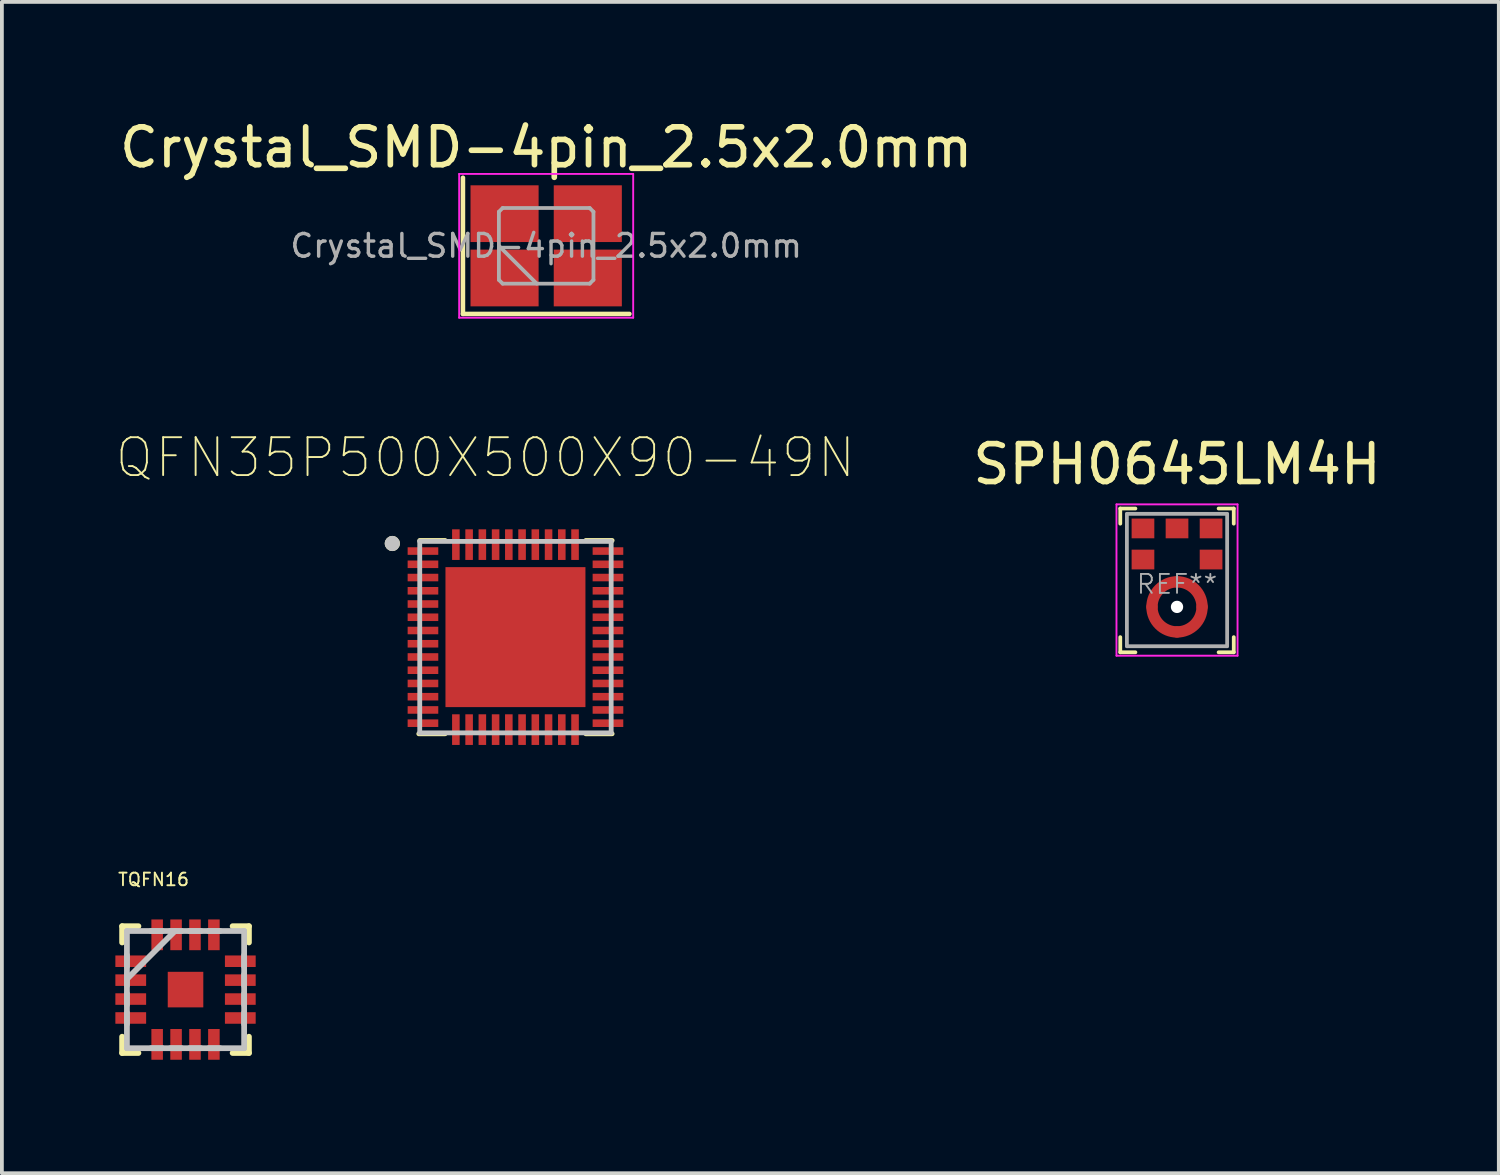
<source format=kicad_pcb>
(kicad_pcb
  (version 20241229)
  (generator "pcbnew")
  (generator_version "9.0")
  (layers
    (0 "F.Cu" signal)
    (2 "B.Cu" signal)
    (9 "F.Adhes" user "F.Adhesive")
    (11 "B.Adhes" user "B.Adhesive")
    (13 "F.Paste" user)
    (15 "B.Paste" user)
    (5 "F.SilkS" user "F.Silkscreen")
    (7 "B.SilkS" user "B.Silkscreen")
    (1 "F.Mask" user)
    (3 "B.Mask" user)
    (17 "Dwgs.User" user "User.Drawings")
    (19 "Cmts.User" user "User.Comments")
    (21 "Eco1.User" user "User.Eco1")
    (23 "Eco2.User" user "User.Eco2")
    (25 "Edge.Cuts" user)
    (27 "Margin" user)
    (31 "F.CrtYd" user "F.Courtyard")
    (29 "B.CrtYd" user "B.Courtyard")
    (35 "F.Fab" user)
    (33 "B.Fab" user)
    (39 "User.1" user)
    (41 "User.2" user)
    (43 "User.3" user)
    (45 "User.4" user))
  (footprint "SPH0645LM4H"
    (layer "F.Cu")
    (at 28.062 12.992)
    (property "Reference" "SPH0645LM4H" (at 0 -3.77 0) (layer "F.SilkS") (effects (font (size 1 1) (thickness 0.15))))
    (attr through_hole)
    (fp_circle (center 0 0) (end 0.662 0) (stroke (width 0.3) (type solid)) (fill no) (layer "F.Cu"))
    (fp_line (start -1.5 -2.6) (end -1.5 -2.2) (stroke (width 0.1) (type solid)) (layer "F.SilkS"))
    (fp_line (start -1.5 0.8) (end -1.5 1.2) (stroke (width 0.1) (type solid)) (layer "F.SilkS"))
    (fp_line (start -1.5 1.2) (end -1.1 1.2) (stroke (width 0.1) (type solid)) (layer "F.SilkS"))
    (fp_line (start -1.1 -2.6) (end -1.5 -2.6) (stroke (width 0.1) (type solid)) (layer "F.SilkS"))
    (fp_line (start 1.1 -2.6) (end 1.5 -2.6) (stroke (width 0.1) (type solid)) (layer "F.SilkS"))
    (fp_line (start 1.5 -2.6) (end 1.5 -2.2) (stroke (width 0.1) (type solid)) (layer "F.SilkS"))
    (fp_line (start 1.5 0.8) (end 1.5 1.2) (stroke (width 0.1) (type solid)) (layer "F.SilkS"))
    (fp_line (start 1.5 1.2) (end 1.1 1.2) (stroke (width 0.1) (type solid)) (layer "F.SilkS"))
    (fp_line (start -1.6 -2.71) (end -1.6 1.29) (stroke (width 0.05) (type solid)) (layer "F.CrtYd"))
    (fp_line (start -1.6 -2.71) (end 1.6 -2.71) (stroke (width 0.05) (type solid)) (layer "F.CrtYd"))
    (fp_line (start -1.6 1.29) (end 1.6 1.29) (stroke (width 0.05) (type solid)) (layer "F.CrtYd"))
    (fp_line (start 1.6 -2.71) (end 1.6 1.29) (stroke (width 0.05) (type solid)) (layer "F.CrtYd"))
    (fp_line (start -1.325 -2.46) (end -1.325 1.04) (stroke (width 0.1) (type solid)) (layer "F.Fab"))
    (fp_line (start -1.32 -2.46) (end 1.32 -2.46) (stroke (width 0.1) (type solid)) (layer "F.Fab"))
    (fp_line (start -1.32 1.04) (end 1.32 1.04) (stroke (width 0.1) (type solid)) (layer "F.Fab"))
    (fp_line (start 1.325 -2.46) (end 1.325 1.04) (stroke (width 0.1) (type solid)) (layer "F.Fab"))
    (fp_text user "REF**" (at 0 -0.6 0) (layer "F.Fab") (effects (font (size 0.5 0.5) (thickness 0.05))))
    (pad "" np_thru_hole circle (at 0 0) (size 0.325 0.325) (drill 0.325) (layers "*.Cu" "*.Mask"))
    (pad "1" smd rect (at -0.9 -2.074) (size 0.6 0.522) (layers "F.Cu" "F.Mask" "F.Paste"))
    (pad "2" smd rect (at -0.9 -1.252) (size 0.6 0.522) (layers "F.Cu" "F.Mask" "F.Paste"))
    (pad "3" smd circle (at -0.662 0) (size 0.3 0.3) (layers "F.Cu" "F.Mask" "F.Paste"))
    (pad "3" smd circle (at 0 -0.662) (size 0.3 0.3) (layers "F.Cu" "F.Mask" "F.Paste"))
    (pad "3" smd circle (at 0 0.662) (size 0.3 0.3) (layers "F.Cu" "F.Mask" "F.Paste"))
    (pad "3" smd circle (at 0.662 0) (size 0.3 0.3) (layers "F.Cu" "F.Mask" "F.Paste"))
    (pad "4" smd rect (at 0.9 -1.252) (size 0.6 0.522) (layers "F.Cu" "F.Mask" "F.Paste"))
    (pad "5" smd rect (at 0.9 -2.074) (size 0.6 0.522) (layers "F.Cu" "F.Mask" "F.Paste"))
    (pad "6" smd rect (at 0 -2.074) (size 0.6 0.522) (layers "F.Cu" "F.Mask" "F.Paste")))
  (footprint "QFN35P500X500X90-49N"
    (layer "F.Cu")
    (at 10.575 13.791)
    (property "Reference" "QFN35P500X500X90-49N" (at -0.796 -4.744 0) (layer "F.SilkS") (effects (font (size 1.002 1.002) (thickness 0.05))))
    (attr smd)
    (fp_line (start -2.555 2.555) (end -1.86 2.555) (stroke (width 0.127) (type solid)) (layer "F.SilkS"))
    (fp_line (start -2.53 -2.555) (end -1.86 -2.555) (stroke (width 0.127) (type solid)) (layer "F.SilkS"))
    (fp_line (start 2.555 -2.555) (end 1.86 -2.555) (stroke (width 0.127) (type solid)) (layer "F.SilkS"))
    (fp_line (start 2.555 2.555) (end 1.86 2.555) (stroke (width 0.127) (type solid)) (layer "F.SilkS"))
    (fp_circle (center -3.255 -2.475) (end -3.155 -2.475) (stroke (width 0.2) (type solid)) (fill no) (layer "F.SilkS"))
    (fp_poly (pts (xy -1.4 -1.395) (xy -0.225 -1.395) (xy -0.225 -0.226) (xy -1.4 -0.226)) (stroke (width 0) (type solid)) (fill yes) (layer "F.Paste"))
    (fp_poly (pts (xy -1.396 0.225) (xy -0.225 0.225) (xy -0.225 1.396) (xy -1.396 1.396)) (stroke (width 0) (type solid)) (fill yes) (layer "F.Paste"))
    (fp_poly (pts (xy 0.225 -1.395) (xy 1.395 -1.395) (xy 1.395 -0.225) (xy 0.225 -0.225)) (stroke (width 0) (type solid)) (fill yes) (layer "F.Paste"))
    (fp_poly (pts (xy 0.226 0.225) (xy 1.395 0.225) (xy 1.395 1.398) (xy 0.226 1.398)) (stroke (width 0) (type solid)) (fill yes) (layer "F.Paste"))
    (fp_line (start -2.53 2.53) (end -2.53 -2.53) (stroke (width 0.127) (type solid)) (layer "Dwgs.User"))
    (fp_line (start 2.53 -2.53) (end -2.53 -2.53) (stroke (width 0.127) (type solid)) (layer "Dwgs.User"))
    (fp_line (start 2.53 2.53) (end -2.53 2.53) (stroke (width 0.127) (type solid)) (layer "Dwgs.User"))
    (fp_line (start 2.53 2.53) (end 2.53 -2.53) (stroke (width 0.127) (type solid)) (layer "Dwgs.User"))
    (fp_circle (center -3.255 -2.475) (end -3.155 -2.475) (stroke (width 0.2) (type solid)) (fill no) (layer "Dwgs.User"))
    (fp_line (start -3.1 -3.1) (end 3.1 -3.1) (stroke (width 0.05) (type solid)) (layer "Eco1.User"))
    (fp_line (start -3.1 3.1) (end -3.1 -3.1) (stroke (width 0.05) (type solid)) (layer "Eco1.User"))
    (fp_line (start -3.1 3.1) (end 3.1 3.1) (stroke (width 0.05) (type solid)) (layer "Eco1.User"))
    (fp_line (start 3.1 3.1) (end 3.1 -3.1) (stroke (width 0.05) (type solid)) (layer "Eco1.User"))
    (pad "1" smd rect (at -2.445 -2.275) (size 0.81 0.2) (layers "F.Cu" "F.Mask" "F.Paste"))
    (pad "2" smd rect (at -2.445 -1.925) (size 0.81 0.2) (layers "F.Cu" "F.Mask" "F.Paste"))
    (pad "3" smd rect (at -2.445 -1.575) (size 0.81 0.2) (layers "F.Cu" "F.Mask" "F.Paste"))
    (pad "4" smd rect (at -2.445 -1.225) (size 0.81 0.2) (layers "F.Cu" "F.Mask" "F.Paste"))
    (pad "5" smd rect (at -2.445 -0.875) (size 0.81 0.2) (layers "F.Cu" "F.Mask" "F.Paste"))
    (pad "6" smd rect (at -2.445 -0.525) (size 0.81 0.2) (layers "F.Cu" "F.Mask" "F.Paste"))
    (pad "7" smd rect (at -2.445 -0.175) (size 0.81 0.2) (layers "F.Cu" "F.Mask" "F.Paste"))
    (pad "8" smd rect (at -2.445 0.175) (size 0.81 0.2) (layers "F.Cu" "F.Mask" "F.Paste"))
    (pad "9" smd rect (at -2.445 0.525) (size 0.81 0.2) (layers "F.Cu" "F.Mask" "F.Paste"))
    (pad "10" smd rect (at -2.445 0.875) (size 0.81 0.2) (layers "F.Cu" "F.Mask" "F.Paste"))
    (pad "11" smd rect (at -2.445 1.225) (size 0.81 0.2) (layers "F.Cu" "F.Mask" "F.Paste"))
    (pad "12" smd rect (at -2.445 1.575) (size 0.81 0.2) (layers "F.Cu" "F.Mask" "F.Paste"))
    (pad "13" smd rect (at -2.445 1.925) (size 0.81 0.2) (layers "F.Cu" "F.Mask" "F.Paste"))
    (pad "14" smd rect (at -2.445 2.275) (size 0.81 0.2) (layers "F.Cu" "F.Mask" "F.Paste"))
    (pad "15" smd rect (at -1.575 2.445 90) (size 0.81 0.2) (layers "F.Cu" "F.Mask" "F.Paste"))
    (pad "16" smd rect (at -1.225 2.445 90) (size 0.81 0.2) (layers "F.Cu" "F.Mask" "F.Paste"))
    (pad "17" smd rect (at -0.875 2.445 90) (size 0.81 0.2) (layers "F.Cu" "F.Mask" "F.Paste"))
    (pad "18" smd rect (at -0.525 2.445 90) (size 0.81 0.2) (layers "F.Cu" "F.Mask" "F.Paste"))
    (pad "19" smd rect (at -0.175 2.445 90) (size 0.81 0.2) (layers "F.Cu" "F.Mask" "F.Paste"))
    (pad "20" smd rect (at 0.175 2.445 90) (size 0.81 0.2) (layers "F.Cu" "F.Mask" "F.Paste"))
    (pad "21" smd rect (at 0.525 2.445 90) (size 0.81 0.2) (layers "F.Cu" "F.Mask" "F.Paste"))
    (pad "22" smd rect (at 0.875 2.445 90) (size 0.81 0.2) (layers "F.Cu" "F.Mask" "F.Paste"))
    (pad "23" smd rect (at 1.225 2.445 90) (size 0.81 0.2) (layers "F.Cu" "F.Mask" "F.Paste"))
    (pad "24" smd rect (at 1.575 2.445 90) (size 0.81 0.2) (layers "F.Cu" "F.Mask" "F.Paste"))
    (pad "25" smd rect (at 2.445 2.275) (size 0.81 0.2) (layers "F.Cu" "F.Mask" "F.Paste"))
    (pad "26" smd rect (at 2.445 1.925) (size 0.81 0.2) (layers "F.Cu" "F.Mask" "F.Paste"))
    (pad "27" smd rect (at 2.445 1.575) (size 0.81 0.2) (layers "F.Cu" "F.Mask" "F.Paste"))
    (pad "28" smd rect (at 2.445 1.225) (size 0.81 0.2) (layers "F.Cu" "F.Mask" "F.Paste"))
    (pad "29" smd rect (at 2.445 0.875) (size 0.81 0.2) (layers "F.Cu" "F.Mask" "F.Paste"))
    (pad "30" smd rect (at 2.445 0.525) (size 0.81 0.2) (layers "F.Cu" "F.Mask" "F.Paste"))
    (pad "31" smd rect (at 2.445 0.175) (size 0.81 0.2) (layers "F.Cu" "F.Mask" "F.Paste"))
    (pad "32" smd rect (at 2.445 -0.175) (size 0.81 0.2) (layers "F.Cu" "F.Mask" "F.Paste"))
    (pad "33" smd rect (at 2.445 -0.525) (size 0.81 0.2) (layers "F.Cu" "F.Mask" "F.Paste"))
    (pad "34" smd rect (at 2.445 -0.875) (size 0.81 0.2) (layers "F.Cu" "F.Mask" "F.Paste"))
    (pad "35" smd rect (at 2.445 -1.225) (size 0.81 0.2) (layers "F.Cu" "F.Mask" "F.Paste"))
    (pad "36" smd rect (at 2.445 -1.575) (size 0.81 0.2) (layers "F.Cu" "F.Mask" "F.Paste"))
    (pad "37" smd rect (at 2.445 -1.925) (size 0.81 0.2) (layers "F.Cu" "F.Mask" "F.Paste"))
    (pad "38" smd rect (at 2.445 -2.275) (size 0.81 0.2) (layers "F.Cu" "F.Mask" "F.Paste"))
    (pad "39" smd rect (at 1.575 -2.445 90) (size 0.81 0.2) (layers "F.Cu" "F.Mask" "F.Paste"))
    (pad "40" smd rect (at 1.225 -2.445 90) (size 0.81 0.2) (layers "F.Cu" "F.Mask" "F.Paste"))
    (pad "41" smd rect (at 0.875 -2.445 90) (size 0.81 0.2) (layers "F.Cu" "F.Mask" "F.Paste"))
    (pad "42" smd rect (at 0.525 -2.445 90) (size 0.81 0.2) (layers "F.Cu" "F.Mask" "F.Paste"))
    (pad "43" smd rect (at 0.175 -2.445 90) (size 0.81 0.2) (layers "F.Cu" "F.Mask" "F.Paste"))
    (pad "44" smd rect (at -0.175 -2.445 90) (size 0.81 0.2) (layers "F.Cu" "F.Mask" "F.Paste"))
    (pad "45" smd rect (at -0.525 -2.445 90) (size 0.81 0.2) (layers "F.Cu" "F.Mask" "F.Paste"))
    (pad "46" smd rect (at -0.875 -2.445 90) (size 0.81 0.2) (layers "F.Cu" "F.Mask" "F.Paste"))
    (pad "47" smd rect (at -1.225 -2.445 90) (size 0.81 0.2) (layers "F.Cu" "F.Mask" "F.Paste"))
    (pad "48" smd rect (at -1.575 -2.445 90) (size 0.81 0.2) (layers "F.Cu" "F.Mask" "F.Paste"))
    (pad "49" smd rect (at 0 0) (size 3.7 3.7) (layers "F.Cu" "F.Mask" "F.Paste")))
  (footprint "TQFN16"
    (layer "F.Cu")
    (at 1.854 23.108)
    (property "Reference" "TQFN16" (at -0.845 -2.91 0) (layer "F.SilkS") (effects (font (size 0.333 0.333) (thickness 0.05))))
    (attr smd)
    (fp_line (start -1.676 -1.676) (end -1.676 -1.245) (stroke (width 0.152) (type solid)) (layer "F.SilkS"))
    (fp_line (start -1.676 1.245) (end -1.676 1.676) (stroke (width 0.152) (type solid)) (layer "F.SilkS"))
    (fp_line (start -1.676 1.676) (end -1.245 1.676) (stroke (width 0.152) (type solid)) (layer "F.SilkS"))
    (fp_line (start -1.245 -1.676) (end -1.676 -1.676) (stroke (width 0.152) (type solid)) (layer "F.SilkS"))
    (fp_line (start 1.245 1.676) (end 1.676 1.676) (stroke (width 0.152) (type solid)) (layer "F.SilkS"))
    (fp_line (start 1.676 -1.676) (end 1.245 -1.676) (stroke (width 0.152) (type solid)) (layer "F.SilkS"))
    (fp_line (start 1.676 -1.245) (end 1.676 -1.676) (stroke (width 0.152) (type solid)) (layer "F.SilkS"))
    (fp_line (start 1.676 1.676) (end 1.676 1.245) (stroke (width 0.152) (type solid)) (layer "F.SilkS"))
    (fp_poly (pts (xy -0.47 -0.47) (xy -0.47 0.47) (xy 0.47 0.47) (xy 0.47 -0.47)) (stroke (width 0.025) (type solid)) (fill yes) (layer "F.Paste"))
    (fp_line (start -1.549 -1.549) (end -1.549 1.549) (stroke (width 0.152) (type solid)) (layer "Dwgs.User"))
    (fp_line (start -1.549 -0.914) (end -1.549 -0.61) (stroke (width 0.152) (type solid)) (layer "Dwgs.User"))
    (fp_line (start -1.549 -0.406) (end -1.549 -0.102) (stroke (width 0.152) (type solid)) (layer "Dwgs.User"))
    (fp_line (start -1.549 -0.279) (end -0.279 -1.549) (stroke (width 0.152) (type solid)) (layer "Dwgs.User"))
    (fp_line (start -1.549 0.102) (end -1.549 0.406) (stroke (width 0.152) (type solid)) (layer "Dwgs.User"))
    (fp_line (start -1.549 0.61) (end -1.549 0.914) (stroke (width 0.152) (type solid)) (layer "Dwgs.User"))
    (fp_line (start -1.549 1.549) (end 1.549 1.549) (stroke (width 0.152) (type solid)) (layer "Dwgs.User"))
    (fp_line (start -0.914 1.549) (end -0.61 1.549) (stroke (width 0.152) (type solid)) (layer "Dwgs.User"))
    (fp_line (start -0.61 -1.549) (end -0.914 -1.549) (stroke (width 0.152) (type solid)) (layer "Dwgs.User"))
    (fp_line (start -0.406 1.549) (end -0.102 1.549) (stroke (width 0.152) (type solid)) (layer "Dwgs.User"))
    (fp_line (start -0.102 -1.549) (end -0.406 -1.549) (stroke (width 0.152) (type solid)) (layer "Dwgs.User"))
    (fp_line (start 0.102 1.549) (end 0.406 1.549) (stroke (width 0.152) (type solid)) (layer "Dwgs.User"))
    (fp_line (start 0.406 -1.549) (end 0.102 -1.549) (stroke (width 0.152) (type solid)) (layer "Dwgs.User"))
    (fp_line (start 0.61 1.549) (end 0.914 1.549) (stroke (width 0.152) (type solid)) (layer "Dwgs.User"))
    (fp_line (start 0.914 -1.549) (end 0.61 -1.549) (stroke (width 0.152) (type solid)) (layer "Dwgs.User"))
    (fp_line (start 1.549 -1.549) (end -1.549 -1.549) (stroke (width 0.152) (type solid)) (layer "Dwgs.User"))
    (fp_line (start 1.549 -0.61) (end 1.549 -0.914) (stroke (width 0.152) (type solid)) (layer "Dwgs.User"))
    (fp_line (start 1.549 -0.102) (end 1.549 -0.406) (stroke (width 0.152) (type solid)) (layer "Dwgs.User"))
    (fp_line (start 1.549 0.406) (end 1.549 0.102) (stroke (width 0.152) (type solid)) (layer "Dwgs.User"))
    (fp_line (start 1.549 0.914) (end 1.549 0.61) (stroke (width 0.152) (type solid)) (layer "Dwgs.User"))
    (fp_line (start 1.549 1.549) (end 1.549 -1.549) (stroke (width 0.152) (type solid)) (layer "Dwgs.User"))
    (pad "1" smd rect (at -1.448 -0.75 270) (size 0.305 0.813) (layers "F.Cu" "F.Mask" "F.Paste"))
    (pad "2" smd rect (at -1.448 -0.25 270) (size 0.305 0.813) (layers "F.Cu" "F.Mask" "F.Paste"))
    (pad "3" smd rect (at -1.448 0.25 270) (size 0.305 0.813) (layers "F.Cu" "F.Mask" "F.Paste"))
    (pad "4" smd rect (at -1.448 0.75 270) (size 0.305 0.813) (layers "F.Cu" "F.Mask" "F.Paste"))
    (pad "5" smd rect (at -0.75 1.448 180) (size 0.305 0.813) (layers "F.Cu" "F.Mask" "F.Paste"))
    (pad "6" smd rect (at -0.25 1.448 180) (size 0.305 0.813) (layers "F.Cu" "F.Mask" "F.Paste"))
    (pad "7" smd rect (at 0.25 1.448 180) (size 0.305 0.813) (layers "F.Cu" "F.Mask" "F.Paste"))
    (pad "8" smd rect (at 0.75 1.448 180) (size 0.305 0.813) (layers "F.Cu" "F.Mask" "F.Paste"))
    (pad "9" smd rect (at 1.448 0.75 270) (size 0.305 0.813) (layers "F.Cu" "F.Mask" "F.Paste"))
    (pad "10" smd rect (at 1.448 0.25 270) (size 0.305 0.813) (layers "F.Cu" "F.Mask" "F.Paste"))
    (pad "11" smd rect (at 1.448 -0.25 270) (size 0.305 0.813) (layers "F.Cu" "F.Mask" "F.Paste"))
    (pad "12" smd rect (at 1.448 -0.75 270) (size 0.305 0.813) (layers "F.Cu" "F.Mask" "F.Paste"))
    (pad "13" smd rect (at 0.75 -1.448 180) (size 0.305 0.813) (layers "F.Cu" "F.Mask" "F.Paste"))
    (pad "14" smd rect (at 0.25 -1.448 180) (size 0.305 0.813) (layers "F.Cu" "F.Mask" "F.Paste"))
    (pad "15" smd rect (at -0.25 -1.448 180) (size 0.305 0.813) (layers "F.Cu" "F.Mask" "F.Paste"))
    (pad "16" smd rect (at -0.75 -1.448 180) (size 0.305 0.813) (layers "F.Cu" "F.Mask" "F.Paste"))
    (pad "17" smd rect (at 0 0) (size 0.94 0.94) (layers "F.Cu" "F.Mask" "F.Paste")))
  (footprint "Crystal_SMD-4pin_2.5x2.0mm"
    (layer "F.Cu")
    (at 11.387 3.448)
    (property "Reference" "Crystal_SMD-4pin_2.5x2.0mm" (at 0 -2.6 0) (layer "F.SilkS") (effects (font (size 1 1) (thickness 0.15))))
    (attr smd)
    (fp_line (start -2.2 -1.8) (end -2.2 1.8) (stroke (width 0.12) (type solid)) (layer "F.SilkS"))
    (fp_line (start -2.2 1.8) (end 2.2 1.8) (stroke (width 0.12) (type solid)) (layer "F.SilkS"))
    (fp_line (start -2.3 -1.9) (end -2.3 1.9) (stroke (width 0.05) (type solid)) (layer "F.CrtYd"))
    (fp_line (start -2.3 1.9) (end 2.3 1.9) (stroke (width 0.05) (type solid)) (layer "F.CrtYd"))
    (fp_line (start 2.3 -1.9) (end -2.3 -1.9) (stroke (width 0.05) (type solid)) (layer "F.CrtYd"))
    (fp_line (start 2.3 1.9) (end 2.3 -1.9) (stroke (width 0.05) (type solid)) (layer "F.CrtYd"))
    (fp_line (start -1.25 -0.9) (end -1.15 -1) (stroke (width 0.1) (type solid)) (layer "F.Fab"))
    (fp_line (start -1.25 0) (end -0.25 1) (stroke (width 0.1) (type solid)) (layer "F.Fab"))
    (fp_line (start -1.25 0.9) (end -1.25 -0.9) (stroke (width 0.1) (type solid)) (layer "F.Fab"))
    (fp_line (start -1.15 -1) (end 1.15 -1) (stroke (width 0.1) (type solid)) (layer "F.Fab"))
    (fp_line (start -1.15 1) (end -1.25 0.9) (stroke (width 0.1) (type solid)) (layer "F.Fab"))
    (fp_line (start 1.15 -1) (end 1.25 -0.9) (stroke (width 0.1) (type solid)) (layer "F.Fab"))
    (fp_line (start 1.15 1) (end -1.15 1) (stroke (width 0.1) (type solid)) (layer "F.Fab"))
    (fp_line (start 1.25 -0.9) (end 1.25 0.9) (stroke (width 0.1) (type solid)) (layer "F.Fab"))
    (fp_line (start 1.25 0.9) (end 1.15 1) (stroke (width 0.1) (type solid)) (layer "F.Fab"))
    (fp_text user "${REFERENCE}" (at 0 0 0) (layer "F.Fab") (effects (font (size 0.6 0.6) (thickness 0.09))))
    (pad "1" smd rect (at -1.1 0.85) (size 1.8 1.5) (layers "F.Cu" "F.Mask" "F.Paste"))
    (pad "2" smd rect (at 1.1 0.85) (size 1.8 1.5) (layers "F.Cu" "F.Mask" "F.Paste"))
    (pad "3" smd rect (at 1.1 -0.85) (size 1.8 1.5) (layers "F.Cu" "F.Mask" "F.Paste"))
    (pad "4" smd rect (at -1.1 -0.85) (size 1.8 1.5) (layers "F.Cu" "F.Mask" "F.Paste")))
  (gr_rect
    (start -3 -3)
    (end 36.568 27.962)
    (stroke (width 0.1) (type default))
    (fill no)
    (layer "Edge.Cuts")))
</source>
